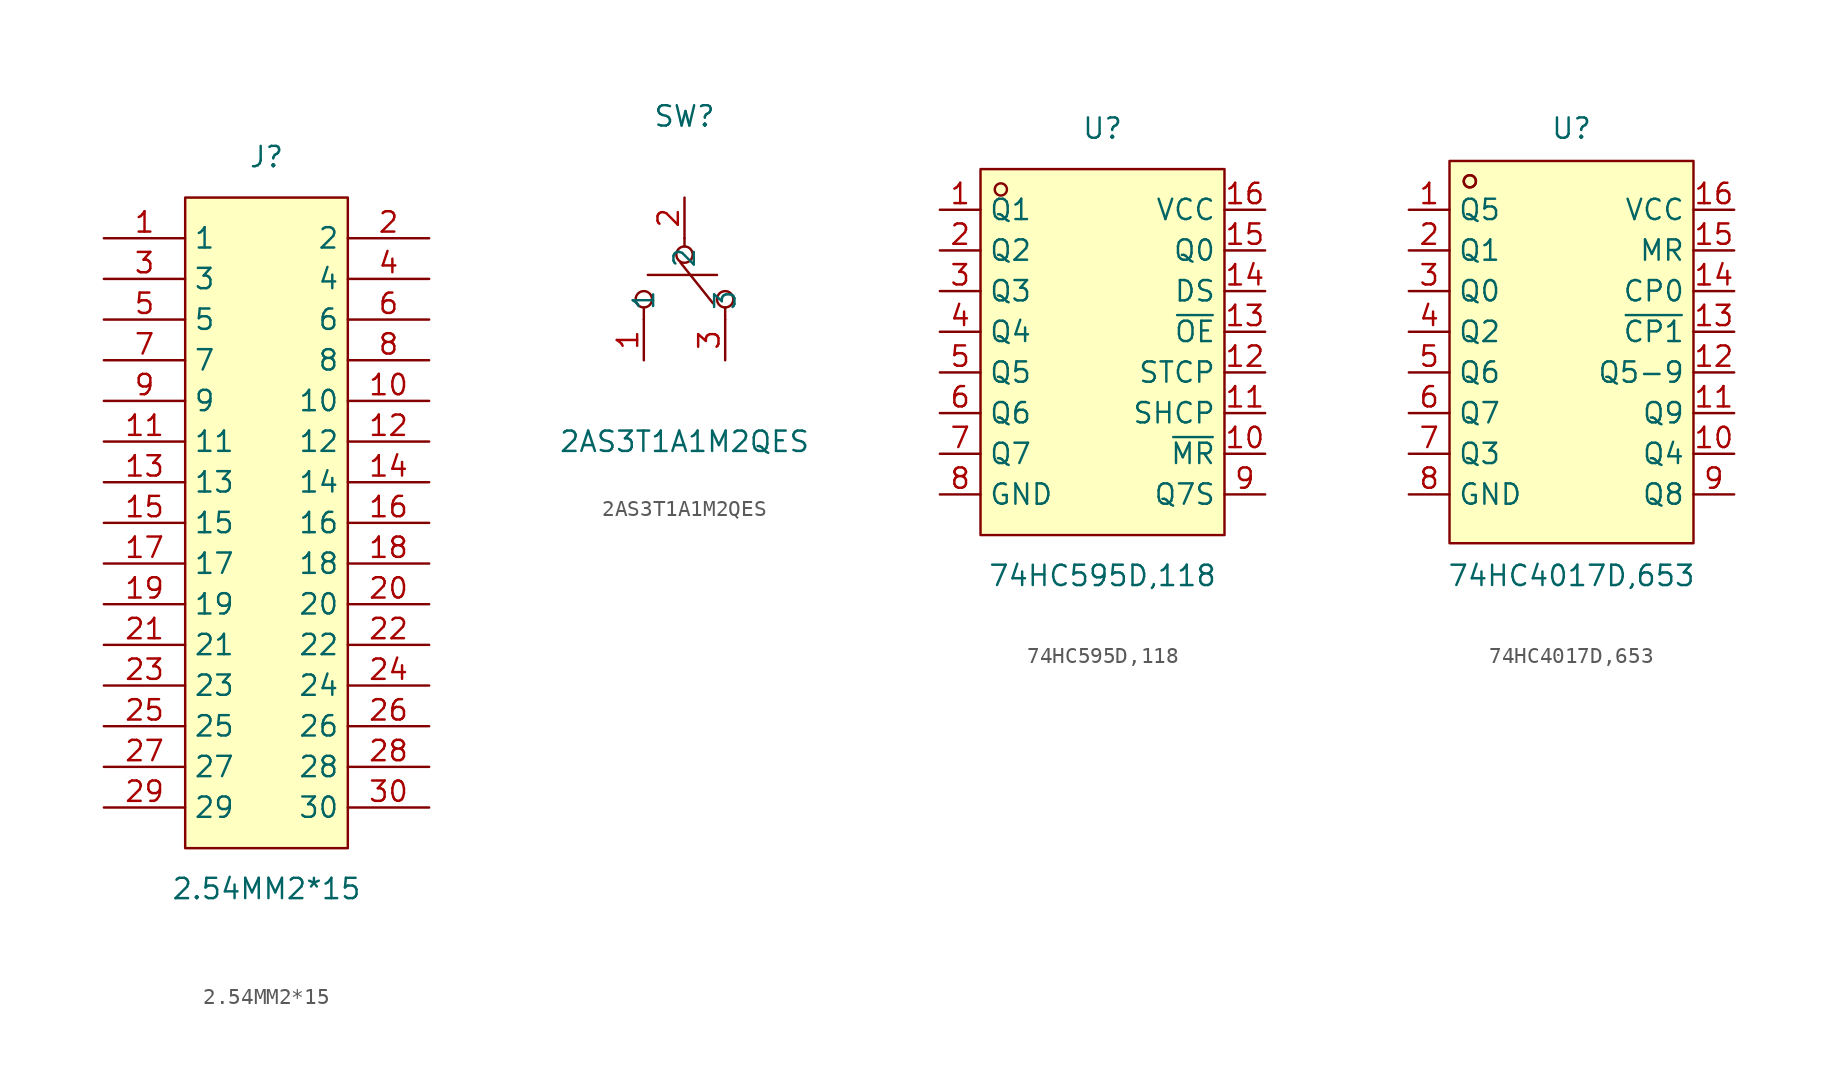
<source format=kicad_sym>
(kicad_symbol_lib
  (version 20211014)
  (generator https://github.com/uPesy/easyeda2kicad.py)
  (symbol "2.54MM2*15"
    (property "Reference" "J"
      (at 0 22.86 0)
      (effects (font (size 1.27 1.27))))
    (property "Value" "2.54MM2*15"
      (at 0 -22.86 0)
      (effects (font (size 1.27 1.27))))
    (symbol "2.54MM2*15_0_1"
      (rectangle (start -5.08 20.32) (end 5.08 -20.32) (stroke (width 0) (type default) (color 0 0 0 0)) (fill (type background)))
      (pin unspecified line (at -10.16 17.78 0) (length 5.08) (name "1" (effects (font (size 1.27 1.27)))) (number "1" (effects (font (size 1.27 1.27)))))
      (pin unspecified line (at 10.16 17.78 180) (length 5.08) (name "2" (effects (font (size 1.27 1.27)))) (number "2" (effects (font (size 1.27 1.27)))))
      (pin unspecified line (at -10.16 15.24 0) (length 5.08) (name "3" (effects (font (size 1.27 1.27)))) (number "3" (effects (font (size 1.27 1.27)))))
      (pin unspecified line (at 10.16 15.24 180) (length 5.08) (name "4" (effects (font (size 1.27 1.27)))) (number "4" (effects (font (size 1.27 1.27)))))
      (pin unspecified line (at -10.16 12.70 0) (length 5.08) (name "5" (effects (font (size 1.27 1.27)))) (number "5" (effects (font (size 1.27 1.27)))))
      (pin unspecified line (at 10.16 12.70 180) (length 5.08) (name "6" (effects (font (size 1.27 1.27)))) (number "6" (effects (font (size 1.27 1.27)))))
      (pin unspecified line (at -10.16 10.16 0) (length 5.08) (name "7" (effects (font (size 1.27 1.27)))) (number "7" (effects (font (size 1.27 1.27)))))
      (pin unspecified line (at 10.16 10.16 180) (length 5.08) (name "8" (effects (font (size 1.27 1.27)))) (number "8" (effects (font (size 1.27 1.27)))))
      (pin unspecified line (at -10.16 7.62 0) (length 5.08) (name "9" (effects (font (size 1.27 1.27)))) (number "9" (effects (font (size 1.27 1.27)))))
      (pin unspecified line (at 10.16 7.62 180) (length 5.08) (name "10" (effects (font (size 1.27 1.27)))) (number "10" (effects (font (size 1.27 1.27)))))
      (pin unspecified line (at -10.16 5.08 0) (length 5.08) (name "11" (effects (font (size 1.27 1.27)))) (number "11" (effects (font (size 1.27 1.27)))))
      (pin unspecified line (at 10.16 5.08 180) (length 5.08) (name "12" (effects (font (size 1.27 1.27)))) (number "12" (effects (font (size 1.27 1.27)))))
      (pin unspecified line (at -10.16 2.54 0) (length 5.08) (name "13" (effects (font (size 1.27 1.27)))) (number "13" (effects (font (size 1.27 1.27)))))
      (pin unspecified line (at 10.16 2.54 180) (length 5.08) (name "14" (effects (font (size 1.27 1.27)))) (number "14" (effects (font (size 1.27 1.27)))))
      (pin unspecified line (at -10.16 -0.00 0) (length 5.08) (name "15" (effects (font (size 1.27 1.27)))) (number "15" (effects (font (size 1.27 1.27)))))
      (pin unspecified line (at 10.16 -0.00 180) (length 5.08) (name "16" (effects (font (size 1.27 1.27)))) (number "16" (effects (font (size 1.27 1.27)))))
      (pin unspecified line (at -10.16 -2.54 0) (length 5.08) (name "17" (effects (font (size 1.27 1.27)))) (number "17" (effects (font (size 1.27 1.27)))))
      (pin unspecified line (at 10.16 -2.54 180) (length 5.08) (name "18" (effects (font (size 1.27 1.27)))) (number "18" (effects (font (size 1.27 1.27)))))
      (pin unspecified line (at -10.16 -5.08 0) (length 5.08) (name "19" (effects (font (size 1.27 1.27)))) (number "19" (effects (font (size 1.27 1.27)))))
      (pin unspecified line (at 10.16 -5.08 180) (length 5.08) (name "20" (effects (font (size 1.27 1.27)))) (number "20" (effects (font (size 1.27 1.27)))))
      (pin unspecified line (at -10.16 -7.62 0) (length 5.08) (name "21" (effects (font (size 1.27 1.27)))) (number "21" (effects (font (size 1.27 1.27)))))
      (pin unspecified line (at 10.16 -7.62 180) (length 5.08) (name "22" (effects (font (size 1.27 1.27)))) (number "22" (effects (font (size 1.27 1.27)))))
      (pin unspecified line (at -10.16 -10.16 0) (length 5.08) (name "23" (effects (font (size 1.27 1.27)))) (number "23" (effects (font (size 1.27 1.27)))))
      (pin unspecified line (at 10.16 -10.16 180) (length 5.08) (name "24" (effects (font (size 1.27 1.27)))) (number "24" (effects (font (size 1.27 1.27)))))
      (pin unspecified line (at -10.16 -12.70 0) (length 5.08) (name "25" (effects (font (size 1.27 1.27)))) (number "25" (effects (font (size 1.27 1.27)))))
      (pin unspecified line (at 10.16 -12.70 180) (length 5.08) (name "26" (effects (font (size 1.27 1.27)))) (number "26" (effects (font (size 1.27 1.27)))))
      (pin unspecified line (at -10.16 -15.24 0) (length 5.08) (name "27" (effects (font (size 1.27 1.27)))) (number "27" (effects (font (size 1.27 1.27)))))
      (pin unspecified line (at 10.16 -15.24 180) (length 5.08) (name "28" (effects (font (size 1.27 1.27)))) (number "28" (effects (font (size 1.27 1.27)))))
      (pin unspecified line (at -10.16 -17.78 0) (length 5.08) (name "29" (effects (font (size 1.27 1.27)))) (number "29" (effects (font (size 1.27 1.27)))))
      (pin unspecified line (at 10.16 -17.78 180) (length 5.08) (name "30" (effects (font (size 1.27 1.27)))) (number "30" (effects (font (size 1.27 1.27)))))))
  (symbol "2AS3T1A1M2QES"
    (property "Reference" "SW"
      (at 0 10.16 0)
      (effects (font (size 1.27 1.27))))
    (property "Value" "2AS3T1A1M2QES"
      (at 0 -10.16 0)
      (effects (font (size 1.27 1.27))))
    (symbol "2AS3T1A1M2QES_0_1"
      (circle (center 2.54 -1.27) (radius 0.51) (stroke (width 0) (type default) (color 0 0 0 0)) (fill (type none)))
      (circle (center -2.54 -1.27) (radius 0.51) (stroke (width 0) (type default) (color 0 0 0 0)) (fill (type none)))
      (circle (center 0.00 1.52) (radius 0.51) (stroke (width 0) (type default) (color 0 0 0 0)) (fill (type none)))
      (polyline (pts (xy -2.29 0.25) (xy 2.03 0.25)) (stroke (width 0) (type default) (color 0 0 0 0)) (fill (type none)))
      (polyline (pts (xy -0.25 1.02) (xy 1.78 -1.52)) (stroke (width 0) (type default) (color 0 0 0 0)) (fill (type none)))
      (polyline (pts (xy 2.54 -1.78) (xy 2.54 -2.54)) (stroke (width 0) (type default) (color 0 0 0 0)) (fill (type none)))
      (polyline (pts (xy -2.54 -1.78) (xy -2.54 -2.54)) (stroke (width 0) (type default) (color 0 0 0 0)) (fill (type none)))
      (polyline (pts (xy 0.00 2.03) (xy 0.00 2.54)) (stroke (width 0) (type default) (color 0 0 0 0)) (fill (type none)))
      (pin unspecified line (at 2.54 -5.08 90) (length 2.54) (name "3" (effects (font (size 1.27 1.27)))) (number "3" (effects (font (size 1.27 1.27)))))
      (pin unspecified line (at 0.00 5.08 270) (length 2.54) (name "2" (effects (font (size 1.27 1.27)))) (number "2" (effects (font (size 1.27 1.27)))))
      (pin unspecified line (at -2.54 -5.08 90) (length 2.54) (name "1" (effects (font (size 1.27 1.27)))) (number "1" (effects (font (size 1.27 1.27)))))))
  (symbol "74HC595D,118"
    (property "Reference" "U"
      (at 0 13.97 0)
      (effects (font (size 1.27 1.27))))
    (property "Value" "74HC595D,118"
      (at 0 -13.97 0)
      (effects (font (size 1.27 1.27))))
    (symbol "74HC595D,118_0_1"
      (rectangle (start -7.62 11.43) (end 7.62 -11.43) (stroke (width 0) (type default) (color 0 0 0 0)) (fill (type background)))
      (circle (center -6.35 10.16) (radius 0.38) (stroke (width 0) (type default) (color 0 0 0 0)) (fill (type none)))
      (pin unspecified line (at -10.16 8.89 0) (length 2.54) (name "Q1" (effects (font (size 1.27 1.27)))) (number "1" (effects (font (size 1.27 1.27)))))
      (pin unspecified line (at -10.16 6.35 0) (length 2.54) (name "Q2" (effects (font (size 1.27 1.27)))) (number "2" (effects (font (size 1.27 1.27)))))
      (pin unspecified line (at -10.16 3.81 0) (length 2.54) (name "Q3" (effects (font (size 1.27 1.27)))) (number "3" (effects (font (size 1.27 1.27)))))
      (pin unspecified line (at -10.16 1.27 0) (length 2.54) (name "Q4" (effects (font (size 1.27 1.27)))) (number "4" (effects (font (size 1.27 1.27)))))
      (pin unspecified line (at -10.16 -1.27 0) (length 2.54) (name "Q5" (effects (font (size 1.27 1.27)))) (number "5" (effects (font (size 1.27 1.27)))))
      (pin unspecified line (at -10.16 -3.81 0) (length 2.54) (name "Q6" (effects (font (size 1.27 1.27)))) (number "6" (effects (font (size 1.27 1.27)))))
      (pin unspecified line (at -10.16 -6.35 0) (length 2.54) (name "Q7" (effects (font (size 1.27 1.27)))) (number "7" (effects (font (size 1.27 1.27)))))
      (pin unspecified line (at -10.16 -8.89 0) (length 2.54) (name "GND" (effects (font (size 1.27 1.27)))) (number "8" (effects (font (size 1.27 1.27)))))
      (pin unspecified line (at 10.16 -8.89 180) (length 2.54) (name "Q7S" (effects (font (size 1.27 1.27)))) (number "9" (effects (font (size 1.27 1.27)))))
      (pin unspecified line (at 10.16 -6.35 180) (length 2.54) (name "~{MR}" (effects (font (size 1.27 1.27)))) (number "10" (effects (font (size 1.27 1.27)))))
      (pin unspecified line (at 10.16 -3.81 180) (length 2.54) (name "SHCP" (effects (font (size 1.27 1.27)))) (number "11" (effects (font (size 1.27 1.27)))))
      (pin unspecified line (at 10.16 -1.27 180) (length 2.54) (name "STCP" (effects (font (size 1.27 1.27)))) (number "12" (effects (font (size 1.27 1.27)))))
      (pin unspecified line (at 10.16 1.27 180) (length 2.54) (name "~{OE}" (effects (font (size 1.27 1.27)))) (number "13" (effects (font (size 1.27 1.27)))))
      (pin unspecified line (at 10.16 3.81 180) (length 2.54) (name "DS" (effects (font (size 1.27 1.27)))) (number "14" (effects (font (size 1.27 1.27)))))
      (pin unspecified line (at 10.16 6.35 180) (length 2.54) (name "Q0" (effects (font (size 1.27 1.27)))) (number "15" (effects (font (size 1.27 1.27)))))
      (pin unspecified line (at 10.16 8.89 180) (length 2.54) (name "VCC" (effects (font (size 1.27 1.27)))) (number "16" (effects (font (size 1.27 1.27)))))))
  (symbol "74HC4017D,653"
    (property "Reference" "U"
      (at 0 13.97 0)
      (effects (font (size 1.27 1.27))))
    (property "Value" "74HC4017D,653"
      (at 0 -13.97 0)
      (effects (font (size 1.27 1.27))))
    (symbol "74HC4017D,653_0_1"
      (rectangle (start -7.62 11.94) (end 7.62 -11.94) (stroke (width 0) (type default) (color 0 0 0 0)) (fill (type background)))
      (circle (center -6.35 10.67) (radius 0.38) (stroke (width 0) (type default) (color 0 0 0 0)) (fill (type none)))
      (circle (center -6.35 10.67) (radius 0.38) (stroke (width 0) (type default) (color 0 0 0 0)) (fill (type none)))
      (pin unspecified line (at -10.16 8.89 0) (length 2.54) (name "Q5" (effects (font (size 1.27 1.27)))) (number "1" (effects (font (size 1.27 1.27)))))
      (pin unspecified line (at -10.16 6.35 0) (length 2.54) (name "Q1" (effects (font (size 1.27 1.27)))) (number "2" (effects (font (size 1.27 1.27)))))
      (pin unspecified line (at -10.16 3.81 0) (length 2.54) (name "Q0" (effects (font (size 1.27 1.27)))) (number "3" (effects (font (size 1.27 1.27)))))
      (pin unspecified line (at -10.16 1.27 0) (length 2.54) (name "Q2" (effects (font (size 1.27 1.27)))) (number "4" (effects (font (size 1.27 1.27)))))
      (pin unspecified line (at -10.16 -1.27 0) (length 2.54) (name "Q6" (effects (font (size 1.27 1.27)))) (number "5" (effects (font (size 1.27 1.27)))))
      (pin unspecified line (at -10.16 -3.81 0) (length 2.54) (name "Q7" (effects (font (size 1.27 1.27)))) (number "6" (effects (font (size 1.27 1.27)))))
      (pin unspecified line (at -10.16 -6.35 0) (length 2.54) (name "Q3" (effects (font (size 1.27 1.27)))) (number "7" (effects (font (size 1.27 1.27)))))
      (pin unspecified line (at -10.16 -8.89 0) (length 2.54) (name "GND" (effects (font (size 1.27 1.27)))) (number "8" (effects (font (size 1.27 1.27)))))
      (pin unspecified line (at 10.16 -8.89 180) (length 2.54) (name "Q8" (effects (font (size 1.27 1.27)))) (number "9" (effects (font (size 1.27 1.27)))))
      (pin unspecified line (at 10.16 -6.35 180) (length 2.54) (name "Q4" (effects (font (size 1.27 1.27)))) (number "10" (effects (font (size 1.27 1.27)))))
      (pin unspecified line (at 10.16 -3.81 180) (length 2.54) (name "Q9" (effects (font (size 1.27 1.27)))) (number "11" (effects (font (size 1.27 1.27)))))
      (pin unspecified line (at 10.16 -1.27 180) (length 2.54) (name "Q5-9" (effects (font (size 1.27 1.27)))) (number "12" (effects (font (size 1.27 1.27)))))
      (pin unspecified line (at 10.16 1.27 180) (length 2.54) (name "~{CP1}" (effects (font (size 1.27 1.27)))) (number "13" (effects (font (size 1.27 1.27)))))
      (pin unspecified line (at 10.16 3.81 180) (length 2.54) (name "CP0" (effects (font (size 1.27 1.27)))) (number "14" (effects (font (size 1.27 1.27)))))
      (pin unspecified line (at 10.16 6.35 180) (length 2.54) (name "MR" (effects (font (size 1.27 1.27)))) (number "15" (effects (font (size 1.27 1.27)))))
      (pin unspecified line (at 10.16 8.89 180) (length 2.54) (name "VCC" (effects (font (size 1.27 1.27)))) (number "16" (effects (font (size 1.27 1.27))))))))
</source>
